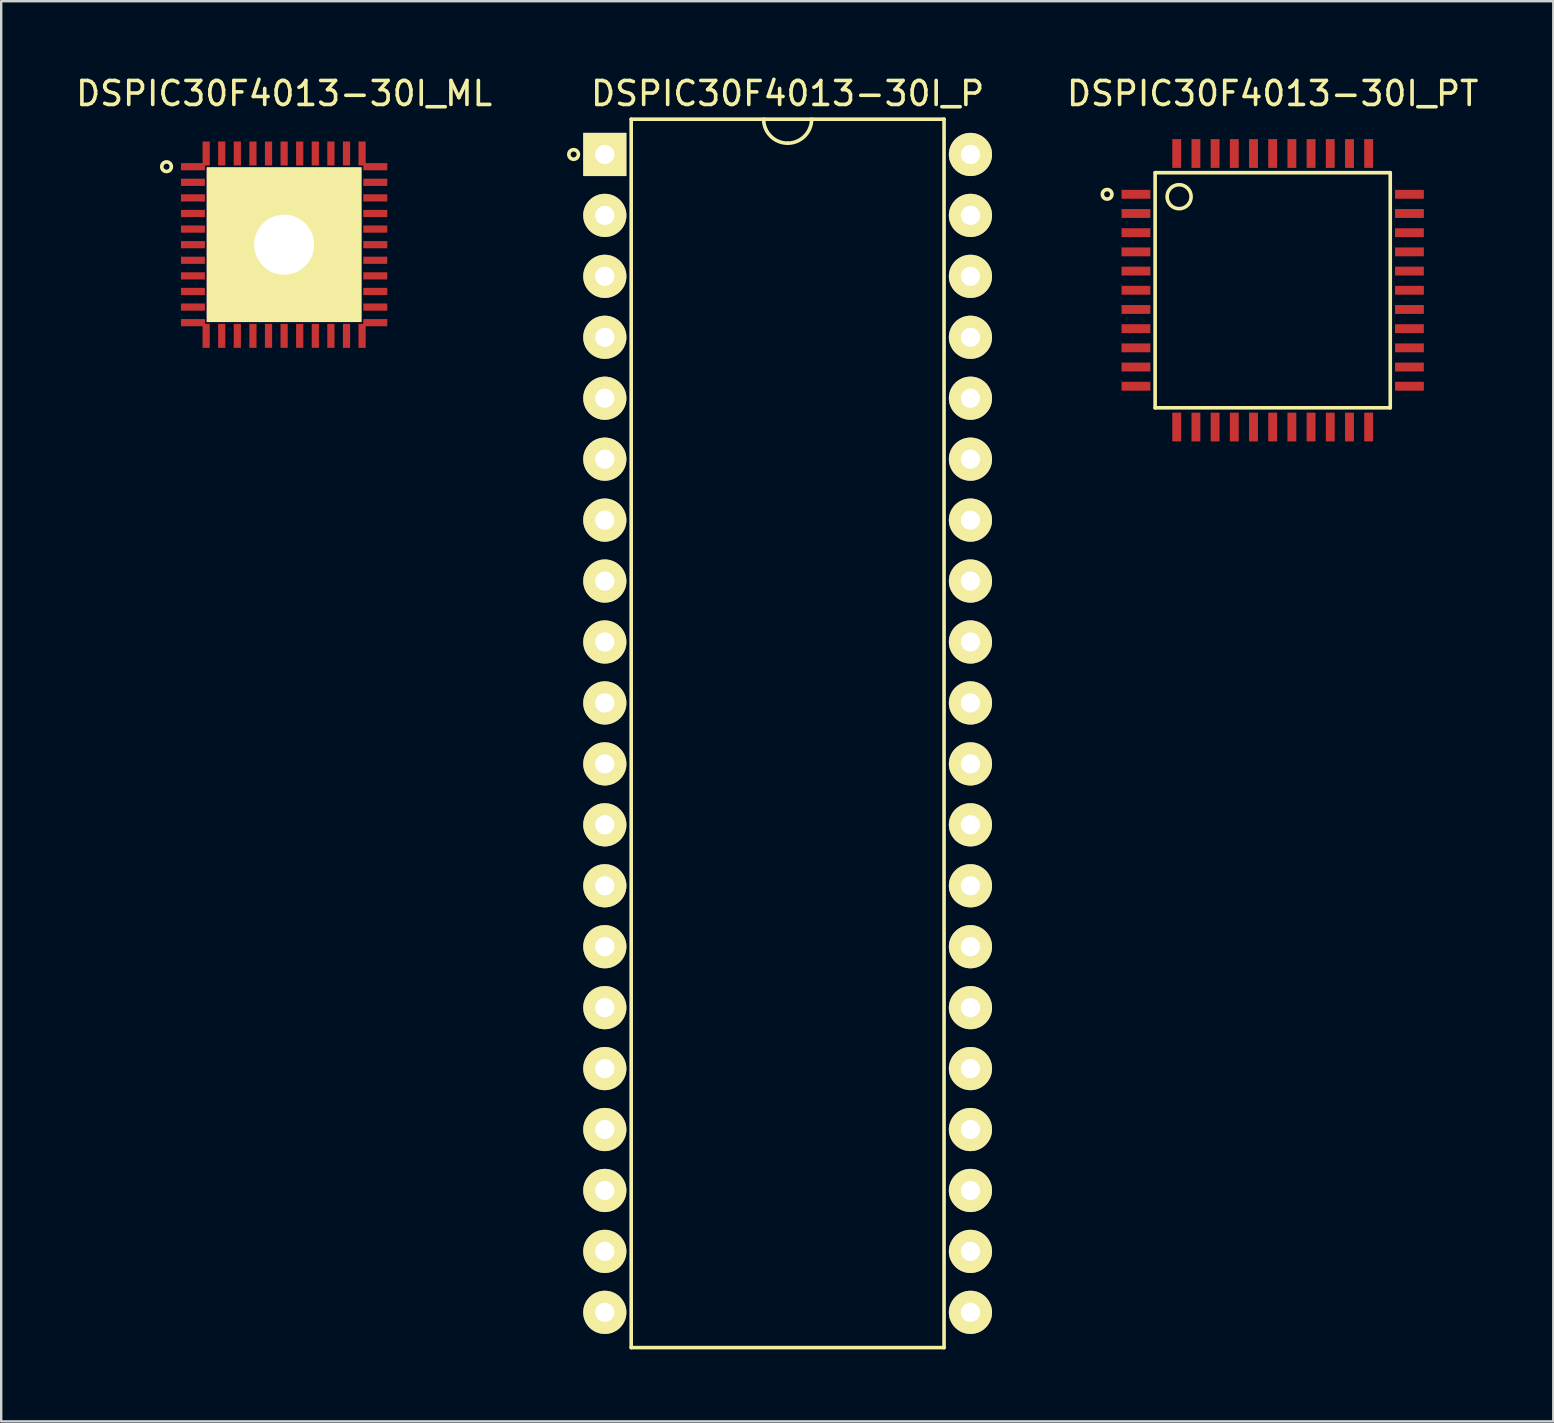
<source format=kicad_pcb>
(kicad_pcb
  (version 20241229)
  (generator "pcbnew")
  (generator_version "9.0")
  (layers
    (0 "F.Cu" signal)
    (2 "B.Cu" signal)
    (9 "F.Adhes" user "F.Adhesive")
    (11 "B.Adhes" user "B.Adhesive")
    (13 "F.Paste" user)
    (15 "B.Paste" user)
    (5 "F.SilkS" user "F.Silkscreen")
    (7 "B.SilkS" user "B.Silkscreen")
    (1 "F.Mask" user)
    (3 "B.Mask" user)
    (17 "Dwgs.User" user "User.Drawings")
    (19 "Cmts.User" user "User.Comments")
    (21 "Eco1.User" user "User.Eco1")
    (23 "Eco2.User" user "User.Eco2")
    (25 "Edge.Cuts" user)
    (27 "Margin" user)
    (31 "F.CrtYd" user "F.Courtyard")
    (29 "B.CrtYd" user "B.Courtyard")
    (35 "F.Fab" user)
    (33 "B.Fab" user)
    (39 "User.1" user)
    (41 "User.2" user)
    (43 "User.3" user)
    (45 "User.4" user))
  (footprint "DSPIC30F4013-30I_P"
    (layer "F.Cu")
    (at 22.158 3.388)
    (property "Reference" "DSPIC30F4013-30I_P" (at 7.62 -2.54 0) (layer "F.SilkS") (effects (font (size 1 1) (thickness 0.15))))
    (attr through_hole)
    (fp_line (start 1.1 -1.47) (end 14.14 -1.47) (stroke (width 0.15) (type solid)) (layer "F.SilkS"))
    (fp_line (start 1.1 49.73) (end 1.1 -1.47) (stroke (width 0.15) (type solid)) (layer "F.SilkS"))
    (fp_line (start 14.14 -1.47) (end 14.14 49.73) (stroke (width 0.15) (type solid)) (layer "F.SilkS"))
    (fp_line (start 14.14 49.73) (end 1.1 49.73) (stroke (width 0.15) (type solid)) (layer "F.SilkS"))
    (fp_arc (start 7.62 -0.47) (mid 6.912893 -0.762893) (end 6.62 -1.47) (stroke (width 0.15) (type solid)) (layer "F.SilkS"))
    (fp_arc (start 8.62 -1.47) (mid 8.327107 -0.762893) (end 7.62 -0.47) (stroke (width 0.15) (type solid)) (layer "F.SilkS"))
    (fp_circle (center -1.3 0) (end -1.3 0.2) (stroke (width 0.15) (type solid)) (fill no) (layer "F.SilkS"))
    (pad "1" thru_hole rect (at 0 0) (size 1.8 1.8) (drill 0.8) (layers "*.Cu" "*.Mask" "F.SilkS"))
    (pad "2" thru_hole circle (at 0 2.54) (size 1.8 1.8) (drill 0.8) (layers "*.Cu" "*.Mask" "F.SilkS"))
    (pad "3" thru_hole circle (at 0 5.08) (size 1.8 1.8) (drill 0.8) (layers "*.Cu" "*.Mask" "F.SilkS"))
    (pad "4" thru_hole circle (at 0 7.62) (size 1.8 1.8) (drill 0.8) (layers "*.Cu" "*.Mask" "F.SilkS"))
    (pad "5" thru_hole circle (at 0 10.16) (size 1.8 1.8) (drill 0.8) (layers "*.Cu" "*.Mask" "F.SilkS"))
    (pad "6" thru_hole circle (at 0 12.7) (size 1.8 1.8) (drill 0.8) (layers "*.Cu" "*.Mask" "F.SilkS"))
    (pad "7" thru_hole circle (at 0 15.24) (size 1.8 1.8) (drill 0.8) (layers "*.Cu" "*.Mask" "F.SilkS"))
    (pad "8" thru_hole circle (at 0 17.78) (size 1.8 1.8) (drill 0.8) (layers "*.Cu" "*.Mask" "F.SilkS"))
    (pad "9" thru_hole circle (at 0 20.32) (size 1.8 1.8) (drill 0.8) (layers "*.Cu" "*.Mask" "F.SilkS"))
    (pad "10" thru_hole circle (at 0 22.86) (size 1.8 1.8) (drill 0.8) (layers "*.Cu" "*.Mask" "F.SilkS"))
    (pad "11" thru_hole circle (at 0 25.4) (size 1.8 1.8) (drill 0.8) (layers "*.Cu" "*.Mask" "F.SilkS"))
    (pad "12" thru_hole circle (at 0 27.94) (size 1.8 1.8) (drill 0.8) (layers "*.Cu" "*.Mask" "F.SilkS"))
    (pad "13" thru_hole circle (at 0 30.48) (size 1.8 1.8) (drill 0.8) (layers "*.Cu" "*.Mask" "F.SilkS"))
    (pad "14" thru_hole circle (at 0 33.02) (size 1.8 1.8) (drill 0.8) (layers "*.Cu" "*.Mask" "F.SilkS"))
    (pad "15" thru_hole circle (at 0 35.56) (size 1.8 1.8) (drill 0.8) (layers "*.Cu" "*.Mask" "F.SilkS"))
    (pad "16" thru_hole circle (at 0 38.1) (size 1.8 1.8) (drill 0.8) (layers "*.Cu" "*.Mask" "F.SilkS"))
    (pad "17" thru_hole circle (at 0 40.64) (size 1.8 1.8) (drill 0.8) (layers "*.Cu" "*.Mask" "F.SilkS"))
    (pad "18" thru_hole circle (at 0 43.18) (size 1.8 1.8) (drill 0.8) (layers "*.Cu" "*.Mask" "F.SilkS"))
    (pad "19" thru_hole circle (at 0 45.72) (size 1.8 1.8) (drill 0.8) (layers "*.Cu" "*.Mask" "F.SilkS"))
    (pad "20" thru_hole circle (at 0 48.26) (size 1.8 1.8) (drill 0.8) (layers "*.Cu" "*.Mask" "F.SilkS"))
    (pad "21" thru_hole circle (at 15.24 48.26) (size 1.8 1.8) (drill 0.8) (layers "*.Cu" "*.Mask" "F.SilkS"))
    (pad "22" thru_hole circle (at 15.24 45.72) (size 1.8 1.8) (drill 0.8) (layers "*.Cu" "*.Mask" "F.SilkS"))
    (pad "23" thru_hole circle (at 15.24 43.18) (size 1.8 1.8) (drill 0.8) (layers "*.Cu" "*.Mask" "F.SilkS"))
    (pad "24" thru_hole circle (at 15.24 40.64) (size 1.8 1.8) (drill 0.8) (layers "*.Cu" "*.Mask" "F.SilkS"))
    (pad "25" thru_hole circle (at 15.24 38.1) (size 1.8 1.8) (drill 0.8) (layers "*.Cu" "*.Mask" "F.SilkS"))
    (pad "26" thru_hole circle (at 15.24 35.56) (size 1.8 1.8) (drill 0.8) (layers "*.Cu" "*.Mask" "F.SilkS"))
    (pad "27" thru_hole circle (at 15.24 33.02) (size 1.8 1.8) (drill 0.8) (layers "*.Cu" "*.Mask" "F.SilkS"))
    (pad "28" thru_hole circle (at 15.24 30.48) (size 1.8 1.8) (drill 0.8) (layers "*.Cu" "*.Mask" "F.SilkS"))
    (pad "29" thru_hole circle (at 15.24 27.94) (size 1.8 1.8) (drill 0.8) (layers "*.Cu" "*.Mask" "F.SilkS"))
    (pad "30" thru_hole circle (at 15.24 25.4) (size 1.8 1.8) (drill 0.8) (layers "*.Cu" "*.Mask" "F.SilkS"))
    (pad "31" thru_hole circle (at 15.24 22.86) (size 1.8 1.8) (drill 0.8) (layers "*.Cu" "*.Mask" "F.SilkS"))
    (pad "32" thru_hole circle (at 15.24 20.32) (size 1.8 1.8) (drill 0.8) (layers "*.Cu" "*.Mask" "F.SilkS"))
    (pad "33" thru_hole circle (at 15.24 17.78) (size 1.8 1.8) (drill 0.8) (layers "*.Cu" "*.Mask" "F.SilkS"))
    (pad "34" thru_hole circle (at 15.24 15.24) (size 1.8 1.8) (drill 0.8) (layers "*.Cu" "*.Mask" "F.SilkS"))
    (pad "35" thru_hole circle (at 15.24 12.7) (size 1.8 1.8) (drill 0.8) (layers "*.Cu" "*.Mask" "F.SilkS"))
    (pad "36" thru_hole circle (at 15.24 10.16) (size 1.8 1.8) (drill 0.8) (layers "*.Cu" "*.Mask" "F.SilkS"))
    (pad "37" thru_hole circle (at 15.24 7.62) (size 1.8 1.8) (drill 0.8) (layers "*.Cu" "*.Mask" "F.SilkS"))
    (pad "38" thru_hole circle (at 15.24 5.08) (size 1.8 1.8) (drill 0.8) (layers "*.Cu" "*.Mask" "F.SilkS"))
    (pad "39" thru_hole circle (at 15.24 2.54) (size 1.8 1.8) (drill 0.8) (layers "*.Cu" "*.Mask" "F.SilkS"))
    (pad "40" thru_hole circle (at 15.24 0) (size 1.8 1.8) (drill 0.8) (layers "*.Cu" "*.Mask" "F.SilkS")))
  (footprint "DSPIC30F4013-30I_PT"
    (layer "F.Cu")
    (at 44.295 3.348)
    (property "Reference" "DSPIC30F4013-30I_PT" (at 5.7 -2.5 0) (layer "F.SilkS") (effects (font (size 1 1) (thickness 0.15))))
    (attr through_hole)
    (fp_line (start 0.8 0.8) (end 0.8 10.6) (stroke (width 0.15) (type solid)) (layer "F.SilkS"))
    (fp_line (start 0.8 0.8) (end 10.6 0.8) (stroke (width 0.15) (type solid)) (layer "F.SilkS"))
    (fp_line (start 0.8 10.6) (end 10.6 10.6) (stroke (width 0.15) (type solid)) (layer "F.SilkS"))
    (fp_line (start 10.6 10.6) (end 10.6 0.8) (stroke (width 0.15) (type solid)) (layer "F.SilkS"))
    (fp_circle (center -1.2 1.7) (end -1.2 1.5) (stroke (width 0.15) (type solid)) (fill no) (layer "F.SilkS"))
    (fp_circle (center 1.8 1.8) (end 1.8 1.3) (stroke (width 0.15) (type solid)) (fill no) (layer "F.SilkS"))
    (pad "1" smd rect (at 0 1.7) (size 1.2 0.37) (layers "F.Cu" "F.Mask" "F.Paste"))
    (pad "2" smd rect (at 0 2.5) (size 1.2 0.37) (layers "F.Cu" "F.Mask" "F.Paste"))
    (pad "3" smd rect (at 0 3.3) (size 1.2 0.37) (layers "F.Cu" "F.Mask" "F.Paste"))
    (pad "4" smd rect (at 0 4.1) (size 1.2 0.37) (layers "F.Cu" "F.Mask" "F.Paste"))
    (pad "5" smd rect (at 0 4.9) (size 1.2 0.37) (layers "F.Cu" "F.Mask" "F.Paste"))
    (pad "6" smd rect (at 0 5.7) (size 1.2 0.37) (layers "F.Cu" "F.Mask" "F.Paste"))
    (pad "7" smd rect (at 0 6.5) (size 1.2 0.37) (layers "F.Cu" "F.Mask" "F.Paste"))
    (pad "8" smd rect (at 0 7.3) (size 1.2 0.37) (layers "F.Cu" "F.Mask" "F.Paste"))
    (pad "9" smd rect (at 0 8.1) (size 1.2 0.37) (layers "F.Cu" "F.Mask" "F.Paste"))
    (pad "10" smd rect (at 0 8.9) (size 1.2 0.37) (layers "F.Cu" "F.Mask" "F.Paste"))
    (pad "11" smd rect (at 0 9.7) (size 1.2 0.37) (layers "F.Cu" "F.Mask" "F.Paste"))
    (pad "12" smd rect (at 1.7 11.4) (size 0.37 1.2) (layers "F.Cu" "F.Mask" "F.Paste"))
    (pad "13" smd rect (at 2.5 11.4) (size 0.37 1.2) (layers "F.Cu" "F.Mask" "F.Paste"))
    (pad "14" smd rect (at 3.3 11.4) (size 0.37 1.2) (layers "F.Cu" "F.Mask" "F.Paste"))
    (pad "15" smd rect (at 4.1 11.4) (size 0.37 1.2) (layers "F.Cu" "F.Mask" "F.Paste"))
    (pad "16" smd rect (at 4.9 11.4) (size 0.37 1.2) (layers "F.Cu" "F.Mask" "F.Paste"))
    (pad "17" smd rect (at 5.7 11.4) (size 0.37 1.2) (layers "F.Cu" "F.Mask" "F.Paste"))
    (pad "18" smd rect (at 6.5 11.4) (size 0.37 1.2) (layers "F.Cu" "F.Mask" "F.Paste"))
    (pad "19" smd rect (at 7.3 11.4) (size 0.37 1.2) (layers "F.Cu" "F.Mask" "F.Paste"))
    (pad "20" smd rect (at 8.1 11.4) (size 0.37 1.2) (layers "F.Cu" "F.Mask" "F.Paste"))
    (pad "21" smd rect (at 8.9 11.4) (size 0.37 1.2) (layers "F.Cu" "F.Mask" "F.Paste"))
    (pad "22" smd rect (at 9.7 11.4) (size 0.37 1.2) (layers "F.Cu" "F.Mask" "F.Paste"))
    (pad "23" smd rect (at 11.4 9.7) (size 1.2 0.37) (layers "F.Cu" "F.Mask" "F.Paste"))
    (pad "24" smd rect (at 11.4 8.9) (size 1.2 0.37) (layers "F.Cu" "F.Mask" "F.Paste"))
    (pad "25" smd rect (at 11.4 8.1) (size 1.2 0.37) (layers "F.Cu" "F.Mask" "F.Paste"))
    (pad "26" smd rect (at 11.4 7.3) (size 1.2 0.37) (layers "F.Cu" "F.Mask" "F.Paste"))
    (pad "27" smd rect (at 11.4 6.5) (size 1.2 0.37) (layers "F.Cu" "F.Mask" "F.Paste"))
    (pad "28" smd rect (at 11.4 5.7) (size 1.2 0.37) (layers "F.Cu" "F.Mask" "F.Paste"))
    (pad "29" smd rect (at 11.4 4.9) (size 1.2 0.37) (layers "F.Cu" "F.Mask" "F.Paste"))
    (pad "30" smd rect (at 11.4 4.1) (size 1.2 0.37) (layers "F.Cu" "F.Mask" "F.Paste"))
    (pad "31" smd rect (at 11.4 3.3) (size 1.2 0.37) (layers "F.Cu" "F.Mask" "F.Paste"))
    (pad "32" smd rect (at 11.4 2.5) (size 1.2 0.37) (layers "F.Cu" "F.Mask" "F.Paste"))
    (pad "33" smd rect (at 11.4 1.7) (size 1.2 0.37) (layers "F.Cu" "F.Mask" "F.Paste"))
    (pad "34" smd rect (at 9.7 0) (size 0.37 1.2) (layers "F.Cu" "F.Mask" "F.Paste"))
    (pad "35" smd rect (at 8.9 0) (size 0.37 1.2) (layers "F.Cu" "F.Mask" "F.Paste"))
    (pad "36" smd rect (at 8.1 0) (size 0.37 1.2) (layers "F.Cu" "F.Mask" "F.Paste"))
    (pad "37" smd rect (at 7.3 0) (size 0.37 1.2) (layers "F.Cu" "F.Mask" "F.Paste"))
    (pad "38" smd rect (at 6.5 0) (size 0.37 1.2) (layers "F.Cu" "F.Mask" "F.Paste"))
    (pad "39" smd rect (at 5.7 0) (size 0.37 1.2) (layers "F.Cu" "F.Mask" "F.Paste"))
    (pad "40" smd rect (at 4.9 0) (size 0.37 1.2) (layers "F.Cu" "F.Mask" "F.Paste"))
    (pad "41" smd rect (at 4.1 0) (size 0.37 1.2) (layers "F.Cu" "F.Mask" "F.Paste"))
    (pad "42" smd rect (at 3.3 0) (size 0.37 1.2) (layers "F.Cu" "F.Mask" "F.Paste"))
    (pad "43" smd rect (at 2.5 0) (size 0.37 1.2) (layers "F.Cu" "F.Mask" "F.Paste"))
    (pad "44" smd rect (at 1.7 0) (size 0.37 1.2) (layers "F.Cu" "F.Mask" "F.Paste")))
  (footprint "DSPIC30F4013-30I_ML"
    (layer "F.Cu")
    (at 4.992 3.348)
    (property "Reference" "DSPIC30F4013-30I_ML" (at 3.8 -2.5 0) (layer "F.SilkS") (effects (font (size 1 1) (thickness 0.15))))
    (attr through_hole)
    (fp_line (start 0.7 0.7) (end 0.7 6.9) (stroke (width 0.15) (type solid)) (layer "F.SilkS"))
    (fp_line (start 0.7 0.7) (end 6.9 0.7) (stroke (width 0.15) (type solid)) (layer "F.SilkS"))
    (fp_line (start 0.7 6.9) (end 6.9 6.9) (stroke (width 0.15) (type solid)) (layer "F.SilkS"))
    (fp_line (start 6.9 6.9) (end 6.9 0.7) (stroke (width 0.15) (type solid)) (layer "F.SilkS"))
    (fp_circle (center -1.1 0.55) (end -1.1 0.35) (stroke (width 0.15) (type solid)) (fill no) (layer "F.SilkS"))
    (fp_circle (center 1.7 1.7) (end 1.7 1.2) (stroke (width 0.15) (type solid)) (fill no) (layer "F.SilkS"))
    (pad "1" smd rect (at 0 0.55) (size 1 0.3) (layers "F.Cu" "F.Mask" "F.Paste"))
    (pad "2" smd rect (at 0 1.2) (size 1 0.3) (layers "F.Cu" "F.Mask" "F.Paste"))
    (pad "3" smd rect (at 0 1.85) (size 1 0.3) (layers "F.Cu" "F.Mask" "F.Paste"))
    (pad "4" smd rect (at 0 2.5) (size 1 0.3) (layers "F.Cu" "F.Mask" "F.Paste"))
    (pad "5" smd rect (at 0 3.15) (size 1 0.3) (layers "F.Cu" "F.Mask" "F.Paste"))
    (pad "6" smd rect (at 0 3.8) (size 1 0.3) (layers "F.Cu" "F.Mask" "F.Paste"))
    (pad "7" smd rect (at 0 4.45) (size 1 0.3) (layers "F.Cu" "F.Mask" "F.Paste"))
    (pad "8" smd rect (at 0 5.1) (size 1 0.3) (layers "F.Cu" "F.Mask" "F.Paste"))
    (pad "9" smd rect (at 0 5.75) (size 1 0.3) (layers "F.Cu" "F.Mask" "F.Paste"))
    (pad "10" smd rect (at 0 6.4) (size 1 0.3) (layers "F.Cu" "F.Mask" "F.Paste"))
    (pad "11" smd rect (at 0 7.05) (size 1 0.3) (layers "F.Cu" "F.Mask" "F.Paste"))
    (pad "12" smd rect (at 0.55 7.6) (size 0.3 1) (layers "F.Cu" "F.Mask" "F.Paste"))
    (pad "13" smd rect (at 1.2 7.6) (size 0.3 1) (layers "F.Cu" "F.Mask" "F.Paste"))
    (pad "14" smd rect (at 1.85 7.6) (size 0.3 1) (layers "F.Cu" "F.Mask" "F.Paste"))
    (pad "15" smd rect (at 2.5 7.6) (size 0.3 1) (layers "F.Cu" "F.Mask" "F.Paste"))
    (pad "16" smd rect (at 3.15 7.6) (size 0.3 1) (layers "F.Cu" "F.Mask" "F.Paste"))
    (pad "17" smd rect (at 3.8 7.6) (size 0.3 1) (layers "F.Cu" "F.Mask" "F.Paste"))
    (pad "18" smd rect (at 4.45 7.6) (size 0.3 1) (layers "F.Cu" "F.Mask" "F.Paste"))
    (pad "19" smd rect (at 5.1 7.6) (size 0.3 1) (layers "F.Cu" "F.Mask" "F.Paste"))
    (pad "20" smd rect (at 5.75 7.6) (size 0.3 1) (layers "F.Cu" "F.Mask" "F.Paste"))
    (pad "21" smd rect (at 6.4 7.6) (size 0.3 1) (layers "F.Cu" "F.Mask" "F.Paste"))
    (pad "22" smd rect (at 7.05 7.6) (size 0.3 1) (layers "F.Cu" "F.Mask" "F.Paste"))
    (pad "23" smd rect (at 7.6 7.05) (size 1 0.3) (layers "F.Cu" "F.Mask" "F.Paste"))
    (pad "24" smd rect (at 7.6 6.4) (size 1 0.3) (layers "F.Cu" "F.Mask" "F.Paste"))
    (pad "25" smd rect (at 7.6 5.75) (size 1 0.3) (layers "F.Cu" "F.Mask" "F.Paste"))
    (pad "26" smd rect (at 7.6 5.1) (size 1 0.3) (layers "F.Cu" "F.Mask" "F.Paste"))
    (pad "27" smd rect (at 7.6 4.45) (size 1 0.3) (layers "F.Cu" "F.Mask" "F.Paste"))
    (pad "28" smd rect (at 7.6 3.8) (size 1 0.3) (layers "F.Cu" "F.Mask" "F.Paste"))
    (pad "29" smd rect (at 7.6 3.15) (size 1 0.3) (layers "F.Cu" "F.Mask" "F.Paste"))
    (pad "30" smd rect (at 7.6 2.5) (size 1 0.3) (layers "F.Cu" "F.Mask" "F.Paste"))
    (pad "31" smd rect (at 7.6 1.85) (size 1 0.3) (layers "F.Cu" "F.Mask" "F.Paste"))
    (pad "32" smd rect (at 7.6 1.2) (size 1 0.3) (layers "F.Cu" "F.Mask" "F.Paste"))
    (pad "33" smd rect (at 7.6 0.55) (size 1 0.3) (layers "F.Cu" "F.Mask" "F.Paste"))
    (pad "34" smd rect (at 7.05 0) (size 0.3 1) (layers "F.Cu" "F.Mask" "F.Paste"))
    (pad "35" smd rect (at 6.4 0) (size 0.3 1) (layers "F.Cu" "F.Mask" "F.Paste"))
    (pad "36" smd rect (at 5.75 0) (size 0.3 1) (layers "F.Cu" "F.Mask" "F.Paste"))
    (pad "37" smd rect (at 5.1 0) (size 0.3 1) (layers "F.Cu" "F.Mask" "F.Paste"))
    (pad "38" smd rect (at 4.45 0) (size 0.3 1) (layers "F.Cu" "F.Mask" "F.Paste"))
    (pad "39" smd rect (at 3.8 0) (size 0.3 1) (layers "F.Cu" "F.Mask" "F.Paste"))
    (pad "40" smd rect (at 3.15 0) (size 0.3 1) (layers "F.Cu" "F.Mask" "F.Paste"))
    (pad "41" smd rect (at 2.5 0) (size 0.3 1) (layers "F.Cu" "F.Mask" "F.Paste"))
    (pad "42" smd rect (at 1.85 0) (size 0.3 1) (layers "F.Cu" "F.Mask" "F.Paste"))
    (pad "43" smd rect (at 1.2 0) (size 0.3 1) (layers "F.Cu" "F.Mask" "F.Paste"))
    (pad "44" smd rect (at 0.55 0) (size 0.3 1) (layers "F.Cu" "F.Mask" "F.Paste"))
    (pad "999" thru_hole rect (at 3.8 3.8) (size 6.45 6.45) (drill 2.5) (layers "*.Cu" "*.Mask" "F.SilkS")))
  (gr_rect
    (start -3 -3)
    (end 61.691 56.193)
    (stroke (width 0.1) (type default))
    (fill no)
    (layer "Edge.Cuts")))
</source>
